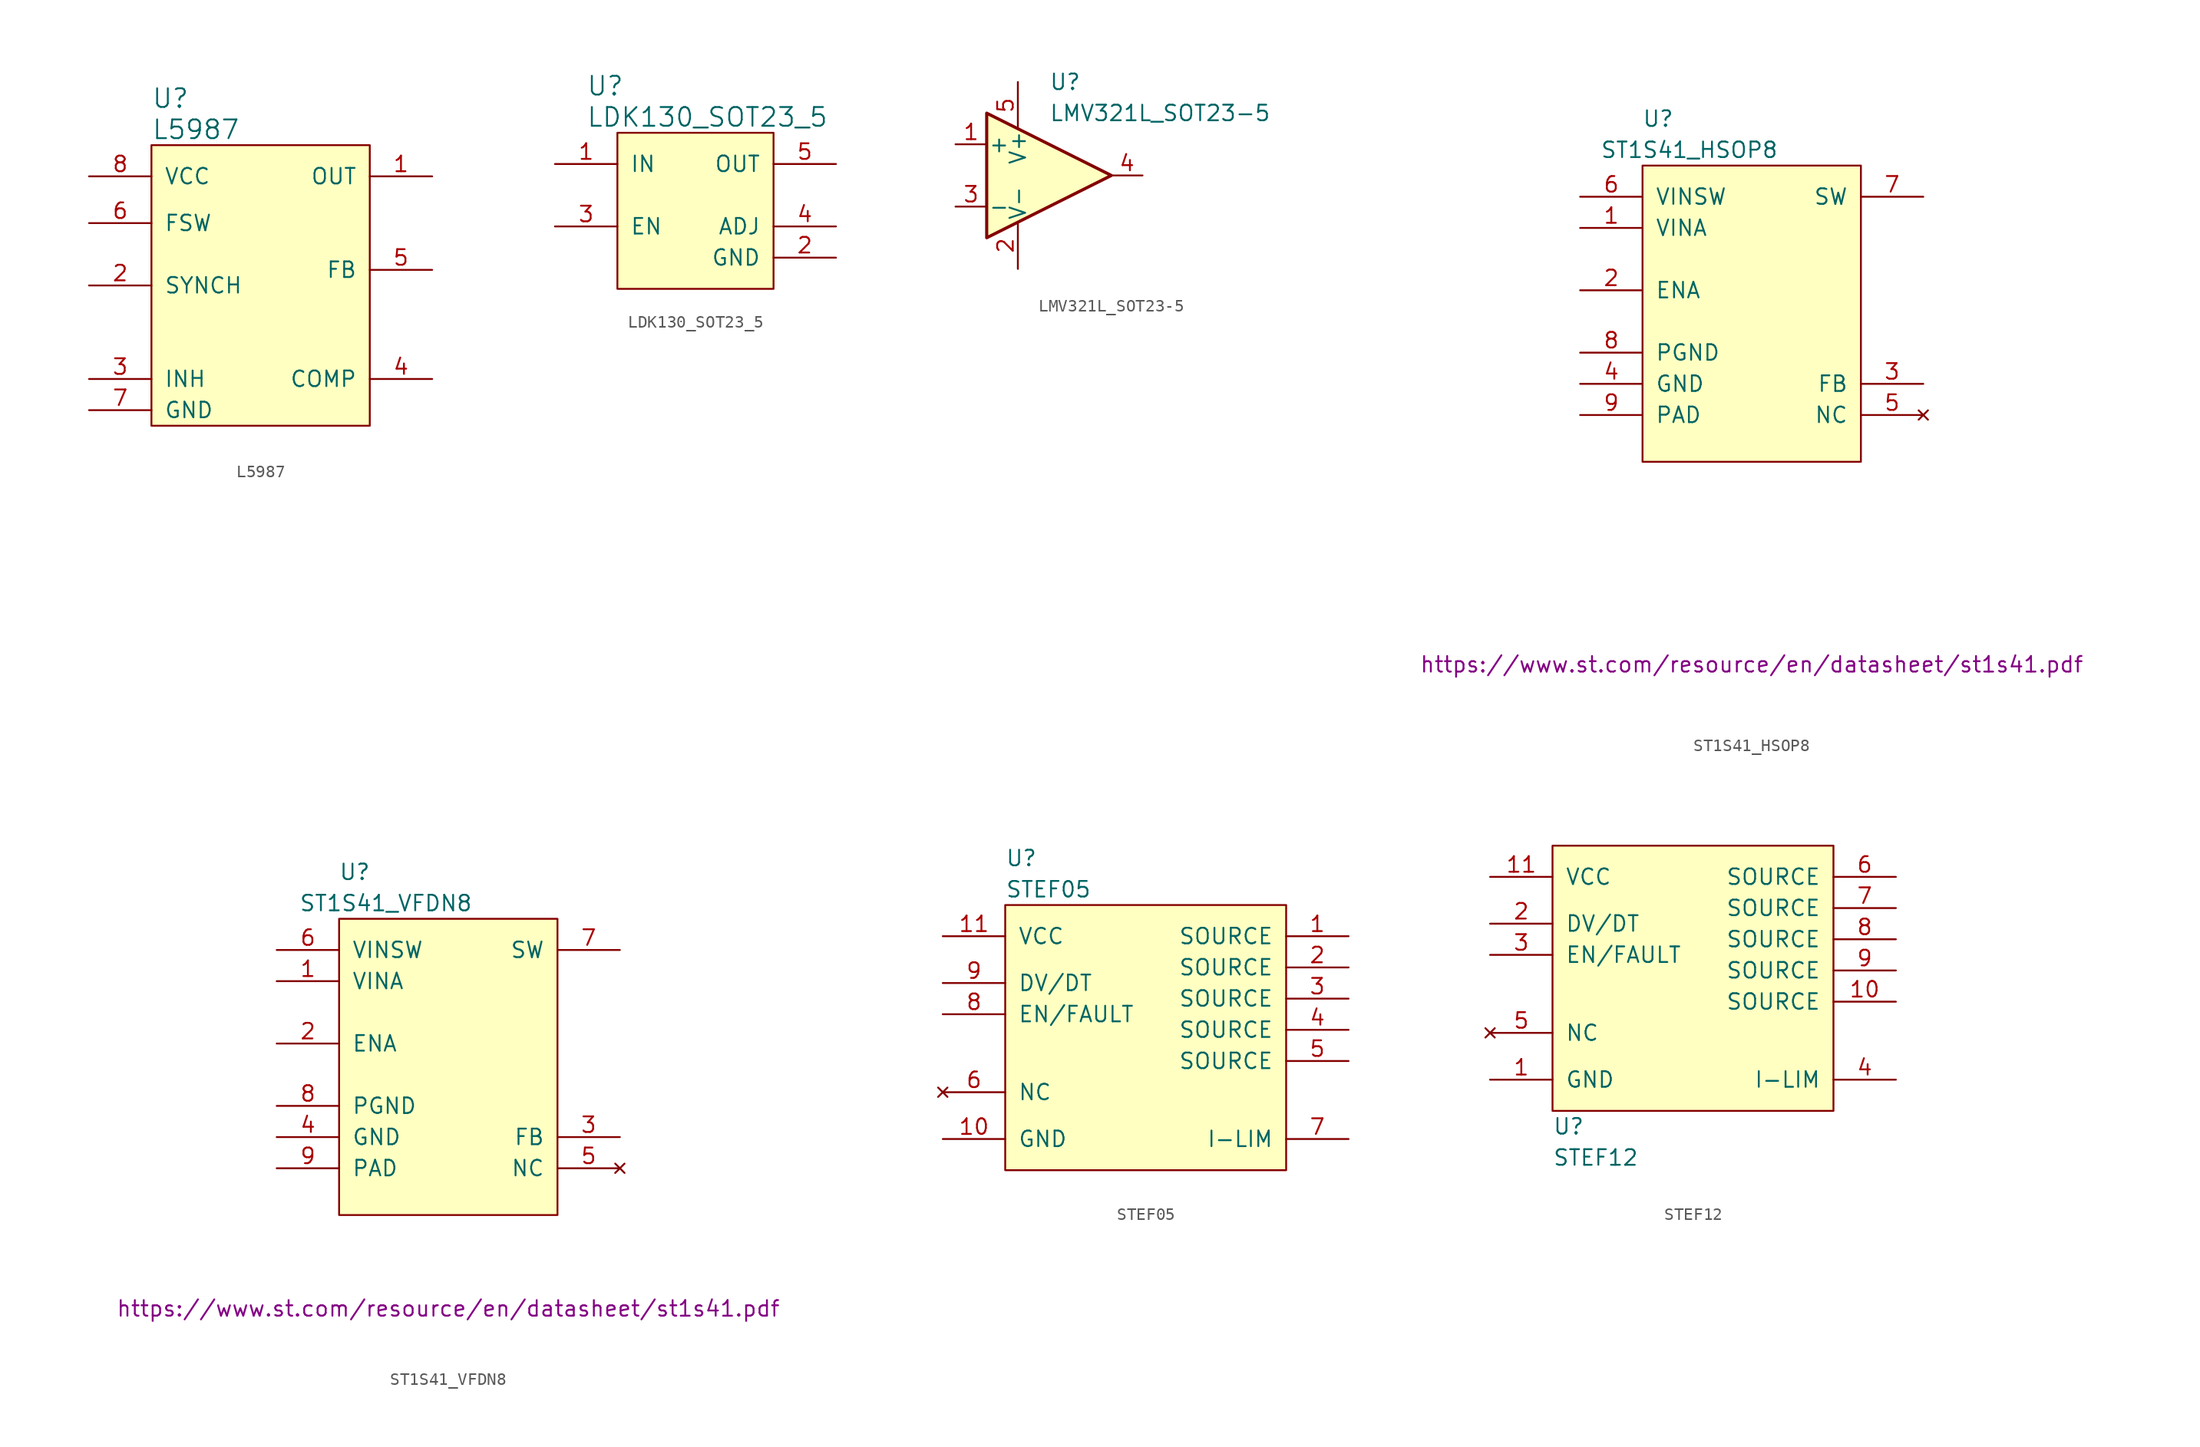
<source format=kicad_sym>
(kicad_symbol_lib
  (version 20220126)
  (generator kicad_symbol_editor)
  (symbol "L5987"
    (pin_names
      (offset 1.016))
    (property "Reference" "U"
      (at -11.43 11.43 0)
      (effects (font (size 1.524 1.524)) (justify left)))
    (property "Value" "L5987"
      (at -11.43 8.89 0)
      (effects (font (size 1.524 1.524)) (justify left)))
    (symbol "L5987_0_1"
      (rectangle (start 6.35 7.62) (end -11.43 -15.24) (stroke (width 0) (type default)) (fill (type background))))
    (symbol "L5987_1_1"
      (pin power_out line (at 11.43 5.08 180) (length 5.08) (name "OUT" (effects (font (size 1.27 1.27)))) (number "1" (effects (font (size 1.27 1.27)))))
      (pin power_in line (at -16.51 -3.81 0) (length 5.08) (name "SYNCH" (effects (font (size 1.27 1.27)))) (number "2" (effects (font (size 1.27 1.27)))))
      (pin input line (at -16.51 -11.43 0) (length 5.08) (name "INH" (effects (font (size 1.27 1.27)))) (number "3" (effects (font (size 1.27 1.27)))))
      (pin power_out line (at 11.43 -11.43 180) (length 5.08) (name "COMP" (effects (font (size 1.27 1.27)))) (number "4" (effects (font (size 1.27 1.27)))))
      (pin input line (at 11.43 -2.54 180) (length 5.08) (name "FB" (effects (font (size 1.27 1.27)))) (number "5" (effects (font (size 1.27 1.27)))))
      (pin power_in line (at -16.51 1.27 0) (length 5.08) (name "FSW" (effects (font (size 1.27 1.27)))) (number "6" (effects (font (size 1.27 1.27)))))
      (pin power_in line (at -16.51 -13.97 0) (length 5.08) (name "GND" (effects (font (size 1.27 1.27)))) (number "7" (effects (font (size 1.27 1.27)))))
      (pin power_in line (at -16.51 5.08 0) (length 5.08) (name "VCC" (effects (font (size 1.27 1.27)))) (number "8" (effects (font (size 1.27 1.27)))))))
  (symbol "LDK130_SOT23_5"
    (pin_names
      (offset 1.016))
    (property "Reference" "U"
      (at -8.89 3.81 0)
      (effects (font (size 1.524 1.524)) (justify left)))
    (property "Value" "LDK130_SOT23_5"
      (at -8.89 1.27 0)
      (effects (font (size 1.524 1.524)) (justify left)))
    (symbol "LDK130_SOT23_5_0_1"
      (rectangle (start -6.35 0) (end 6.35 -12.7) (stroke (width 0) (type default)) (fill (type background))))
    (symbol "LDK130_SOT23_5_1_1"
      (pin power_in line (at -11.43 -2.54 0) (length 5.08) (name "IN" (effects (font (size 1.27 1.27)))) (number "1" (effects (font (size 1.27 1.27)))))
      (pin power_in line (at 11.43 -10.16 180) (length 5.08) (name "GND" (effects (font (size 1.27 1.27)))) (number "2" (effects (font (size 1.27 1.27)))))
      (pin input line (at -11.43 -7.62 0) (length 5.08) (name "EN" (effects (font (size 1.27 1.27)))) (number "3" (effects (font (size 1.27 1.27)))))
      (pin input line (at 11.43 -7.62 180) (length 5.08) (name "ADJ" (effects (font (size 1.27 1.27)))) (number "4" (effects (font (size 1.27 1.27)))) (alternate "BYP" input line))
      (pin power_out line (at 11.43 -2.54 180) (length 5.08) (name "OUT" (effects (font (size 1.27 1.27)))) (number "5" (effects (font (size 1.27 1.27)))))))
  (symbol "LMV321L_SOT23-5"
    (pin_names
      (offset 0.127))
    (property "Reference" "U"
      (at 0 7.62 0)
      (effects (font (size 1.27 1.27)) (justify left)))
    (property "Value" "LMV321L_SOT23-5"
      (at 0 5.08 0)
      (effects (font (size 1.27 1.27)) (justify left)))
    (symbol "LMV321L_SOT23-5_0_1"
      (polyline (pts (xy -5.08 5.08) (xy 5.08 0) (xy -5.08 -5.08) (xy -5.08 5.08)) (stroke (width 0.254) (type default)) (fill (type background))))
    (symbol "LMV321L_SOT23-5_1_1"
      (pin input line (at -7.62 2.54 0) (length 2.54) (name "+" (effects (font (size 1.27 1.27)))) (number "1" (effects (font (size 1.27 1.27)))))
      (pin power_in line (at -2.54 -7.62 90) (length 3.81) (name "V-" (effects (font (size 1.27 1.27)))) (number "2" (effects (font (size 1.27 1.27)))))
      (pin input line (at -7.62 -2.54 0) (length 2.54) (name "-" (effects (font (size 1.27 1.27)))) (number "3" (effects (font (size 1.27 1.27)))))
      (pin output line (at 7.62 0 180) (length 2.54) (name "~" (effects (font (size 1.27 1.27)))) (number "4" (effects (font (size 1.27 1.27)))))
      (pin power_in line (at -2.54 7.62 270) (length 3.81) (name "V+" (effects (font (size 1.27 1.27)))) (number "5" (effects (font (size 1.27 1.27)))))))
  (symbol "ST1S41_HSOP8"
    (pin_names
      (offset 1.016))
    (property "Reference" "U"
      (at -7.62 6.35 0)
      (effects (font (size 1.27 1.27))))
    (property "Value" "ST1S41_HSOP8"
      (at -5.08 3.81 0)
      (effects (font (size 1.27 1.27))))
    (property "Datasheet" "https://www.st.com/resource/en/datasheet/st1s41.pdf"
      (at 0 -38.1 0)
      (effects (font (size 1.27 1.27))))
    (symbol "ST1S41_HSOP8_0_1"
      (rectangle (start -8.89 2.54) (end 8.89 -21.59) (stroke (width 0) (type default)) (fill (type background))))
    (symbol "ST1S41_HSOP8_1_1"
      (pin power_in line (at -13.97 -2.54 0) (length 5.08) (name "VINA" (effects (font (size 1.27 1.27)))) (number "1" (effects (font (size 1.27 1.27)))))
      (pin input line (at -13.97 -7.62 0) (length 5.08) (name "ENA" (effects (font (size 1.27 1.27)))) (number "2" (effects (font (size 1.27 1.27)))))
      (pin input line (at 13.97 -15.24 180) (length 5.08) (name "FB" (effects (font (size 1.27 1.27)))) (number "3" (effects (font (size 1.27 1.27)))))
      (pin power_in line (at -13.97 -15.24 0) (length 5.08) (name "GND" (effects (font (size 1.27 1.27)))) (number "4" (effects (font (size 1.27 1.27)))))
      (pin no_connect line (at 13.97 -17.78 180) (length 5.08) (name "NC" (effects (font (size 1.27 1.27)))) (number "5" (effects (font (size 1.27 1.27)))))
      (pin power_in line (at -13.97 0 0) (length 5.08) (name "VINSW" (effects (font (size 1.27 1.27)))) (number "6" (effects (font (size 1.27 1.27)))))
      (pin power_out line (at 13.97 0 180) (length 5.08) (name "SW" (effects (font (size 1.27 1.27)))) (number "7" (effects (font (size 1.27 1.27)))))
      (pin power_in line (at -13.97 -12.7 0) (length 5.08) (name "PGND" (effects (font (size 1.27 1.27)))) (number "8" (effects (font (size 1.27 1.27)))))
      (pin power_in line (at -13.97 -17.78 0) (length 5.08) (name "PAD" (effects (font (size 1.27 1.27)))) (number "9" (effects (font (size 1.27 1.27)))))))
  (symbol "ST1S41_VFDN8"
    (pin_names
      (offset 1.016))
    (property "Reference" "U"
      (at -7.62 6.35 0)
      (effects (font (size 1.27 1.27))))
    (property "Value" "ST1S41_VFDN8"
      (at -5.08 3.81 0)
      (effects (font (size 1.27 1.27))))
    (property "Datasheet" "https://www.st.com/resource/en/datasheet/st1s41.pdf"
      (at 0 -29.21 0)
      (effects (font (size 1.27 1.27))))
    (symbol "ST1S41_VFDN8_0_1"
      (rectangle (start -8.89 2.54) (end 8.89 -21.59) (stroke (width 0) (type default)) (fill (type background))))
    (symbol "ST1S41_VFDN8_1_1"
      (pin power_in line (at -13.97 -2.54 0) (length 5.08) (name "VINA" (effects (font (size 1.27 1.27)))) (number "1" (effects (font (size 1.27 1.27)))))
      (pin input line (at -13.97 -7.62 0) (length 5.08) (name "ENA" (effects (font (size 1.27 1.27)))) (number "2" (effects (font (size 1.27 1.27)))))
      (pin input line (at 13.97 -15.24 180) (length 5.08) (name "FB" (effects (font (size 1.27 1.27)))) (number "3" (effects (font (size 1.27 1.27)))))
      (pin power_in line (at -13.97 -15.24 0) (length 5.08) (name "GND" (effects (font (size 1.27 1.27)))) (number "4" (effects (font (size 1.27 1.27)))))
      (pin no_connect line (at 13.97 -17.78 180) (length 5.08) (name "NC" (effects (font (size 1.27 1.27)))) (number "5" (effects (font (size 1.27 1.27)))))
      (pin power_in line (at -13.97 0 0) (length 5.08) (name "VINSW" (effects (font (size 1.27 1.27)))) (number "6" (effects (font (size 1.27 1.27)))))
      (pin power_out line (at 13.97 0 180) (length 5.08) (name "SW" (effects (font (size 1.27 1.27)))) (number "7" (effects (font (size 1.27 1.27)))))
      (pin power_in line (at -13.97 -12.7 0) (length 5.08) (name "PGND" (effects (font (size 1.27 1.27)))) (number "8" (effects (font (size 1.27 1.27)))))
      (pin power_in line (at -13.97 -17.78 0) (length 5.08) (name "PAD" (effects (font (size 1.27 1.27)))) (number "9" (effects (font (size 1.27 1.27)))))))
  (symbol "STEF05"
    (pin_names
      (offset 1.016))
    (property "Reference" "U"
      (at -11.43 13.97 0)
      (effects (font (size 1.27 1.27)) (justify left)))
    (property "Value" "STEF05"
      (at -11.43 11.43 0)
      (effects (font (size 1.27 1.27)) (justify left)))
    (symbol "STEF05_1_1"
      (rectangle (start 11.43 10.16) (end -11.43 -11.43) (stroke (width 0) (type default)) (fill (type background)))
      (pin passive line (at 16.51 7.62 180) (length 5.08) (name "SOURCE" (effects (font (size 1.27 1.27)))) (number "1" (effects (font (size 1.27 1.27)))))
      (pin power_in line (at -16.51 -8.89 0) (length 5.08) (name "GND" (effects (font (size 1.27 1.27)))) (number "10" (effects (font (size 1.27 1.27)))))
      (pin passive line (at -16.51 7.62 0) (length 5.08) (name "VCC" (effects (font (size 1.27 1.27)))) (number "11" (effects (font (size 1.27 1.27)))))
      (pin passive line (at 16.51 5.08 180) (length 5.08) (name "SOURCE" (effects (font (size 1.27 1.27)))) (number "2" (effects (font (size 1.27 1.27)))))
      (pin passive line (at 16.51 2.54 180) (length 5.08) (name "SOURCE" (effects (font (size 1.27 1.27)))) (number "3" (effects (font (size 1.27 1.27)))))
      (pin passive line (at 16.51 0 180) (length 5.08) (name "SOURCE" (effects (font (size 1.27 1.27)))) (number "4" (effects (font (size 1.27 1.27)))))
      (pin passive line (at 16.51 -2.54 180) (length 5.08) (name "SOURCE" (effects (font (size 1.27 1.27)))) (number "5" (effects (font (size 1.27 1.27)))))
      (pin no_connect line (at -16.51 -5.08 0) (length 5.08) (name "NC" (effects (font (size 1.27 1.27)))) (number "6" (effects (font (size 1.27 1.27)))))
      (pin input line (at 16.51 -8.89 180) (length 5.08) (name "I-LIM" (effects (font (size 1.27 1.27)))) (number "7" (effects (font (size 1.27 1.27)))))
      (pin input line (at -16.51 1.27 0) (length 5.08) (name "EN/FAULT" (effects (font (size 1.27 1.27)))) (number "8" (effects (font (size 1.27 1.27)))))
      (pin passive line (at -16.51 3.81 0) (length 5.08) (name "DV/DT" (effects (font (size 1.27 1.27)))) (number "9" (effects (font (size 1.27 1.27)))))))
  (symbol "STEF12"
    (pin_names
      (offset 1.016))
    (property "Reference" "U"
      (at -11.43 -11.43 0)
      (effects (font (size 1.27 1.27)) (justify left)))
    (property "Value" "STEF12"
      (at -11.43 -13.97 0)
      (effects (font (size 1.27 1.27)) (justify left)))
    (symbol "STEF12_1_1"
      (rectangle (start 11.43 11.43) (end -11.43 -10.16) (stroke (width 0) (type default)) (fill (type background)))
      (pin power_in line (at -16.51 -7.62 0) (length 5.08) (name "GND" (effects (font (size 1.27 1.27)))) (number "1" (effects (font (size 1.27 1.27)))))
      (pin passive line (at 16.51 -1.27 180) (length 5.08) (name "SOURCE" (effects (font (size 1.27 1.27)))) (number "10" (effects (font (size 1.27 1.27)))))
      (pin passive line (at -16.51 8.89 0) (length 5.08) (name "VCC" (effects (font (size 1.27 1.27)))) (number "11" (effects (font (size 1.27 1.27)))))
      (pin passive line (at -16.51 5.08 0) (length 5.08) (name "DV/DT" (effects (font (size 1.27 1.27)))) (number "2" (effects (font (size 1.27 1.27)))))
      (pin input line (at -16.51 2.54 0) (length 5.08) (name "EN/FAULT" (effects (font (size 1.27 1.27)))) (number "3" (effects (font (size 1.27 1.27)))))
      (pin input line (at 16.51 -7.62 180) (length 5.08) (name "I-LIM" (effects (font (size 1.27 1.27)))) (number "4" (effects (font (size 1.27 1.27)))))
      (pin no_connect line (at -16.51 -3.81 0) (length 5.08) (name "NC" (effects (font (size 1.27 1.27)))) (number "5" (effects (font (size 1.27 1.27)))))
      (pin passive line (at 16.51 8.89 180) (length 5.08) (name "SOURCE" (effects (font (size 1.27 1.27)))) (number "6" (effects (font (size 1.27 1.27)))))
      (pin passive line (at 16.51 6.35 180) (length 5.08) (name "SOURCE" (effects (font (size 1.27 1.27)))) (number "7" (effects (font (size 1.27 1.27)))))
      (pin passive line (at 16.51 3.81 180) (length 5.08) (name "SOURCE" (effects (font (size 1.27 1.27)))) (number "8" (effects (font (size 1.27 1.27)))))
      (pin passive line (at 16.51 1.27 180) (length 5.08) (name "SOURCE" (effects (font (size 1.27 1.27)))) (number "9" (effects (font (size 1.27 1.27))))))))
</source>
